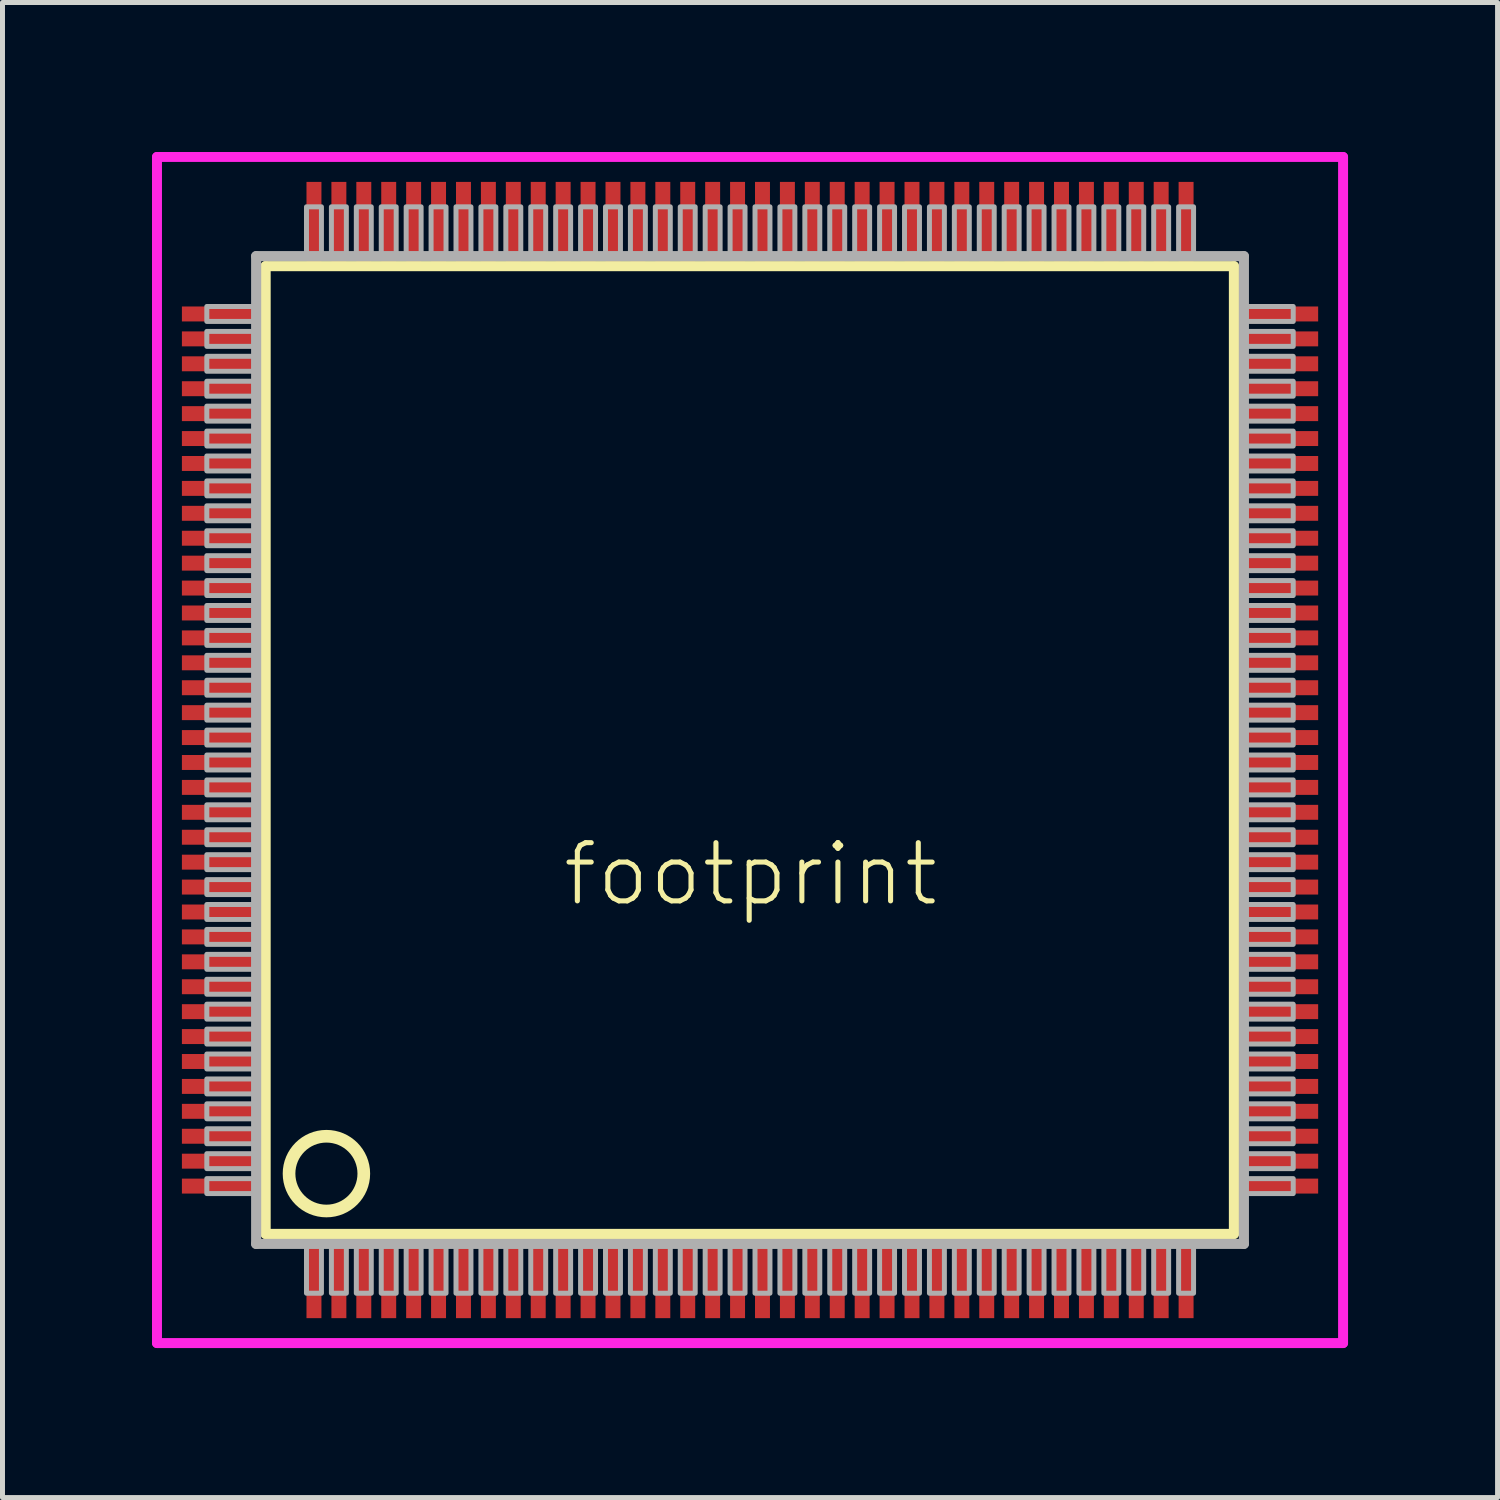
<source format=kicad_pcb>
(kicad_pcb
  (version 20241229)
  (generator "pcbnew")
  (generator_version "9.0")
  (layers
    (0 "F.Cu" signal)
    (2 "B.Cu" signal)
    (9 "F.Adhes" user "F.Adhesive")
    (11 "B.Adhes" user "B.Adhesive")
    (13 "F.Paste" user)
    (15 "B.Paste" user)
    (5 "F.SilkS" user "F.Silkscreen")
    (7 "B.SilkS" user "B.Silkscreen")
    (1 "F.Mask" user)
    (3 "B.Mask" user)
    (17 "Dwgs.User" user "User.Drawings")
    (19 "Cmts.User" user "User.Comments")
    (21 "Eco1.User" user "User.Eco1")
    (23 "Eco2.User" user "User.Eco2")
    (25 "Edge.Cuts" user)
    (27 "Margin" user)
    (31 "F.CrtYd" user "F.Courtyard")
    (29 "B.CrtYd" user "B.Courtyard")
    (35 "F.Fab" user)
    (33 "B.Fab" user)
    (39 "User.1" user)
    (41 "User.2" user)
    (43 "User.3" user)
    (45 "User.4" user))
  (footprint "footprint"
    (layer "F.Cu")
    (at 12 12)
    (property "Reference" "footprint" (at -3.81 3.175 0) (layer "F.SilkS") (effects (font (size 1.168 1.168) (thickness 0.102)) (justify left bottom)))
    (fp_line (start -9.72 -9.71) (end 9.71 -9.71) (stroke (width 0.203) (type solid)) (layer "F.SilkS"))
    (fp_line (start -9.72 9.71) (end -9.72 -9.71) (stroke (width 0.203) (type solid)) (layer "F.SilkS"))
    (fp_line (start 9.71 -9.71) (end 9.71 9.71) (stroke (width 0.203) (type solid)) (layer "F.SilkS"))
    (fp_line (start 9.71 9.71) (end -9.72 9.71) (stroke (width 0.203) (type solid)) (layer "F.SilkS"))
    (fp_circle (center -8.5 8.5) (end -7.75 8.5) (stroke (width 0.254) (type solid)) (fill no) (layer "F.SilkS"))
    (fp_line (start -11.9 -11.9) (end 11.9 -11.9) (stroke (width 0.2) (type solid)) (layer "F.CrtYd"))
    (fp_line (start -11.9 11.9) (end -11.9 -11.9) (stroke (width 0.2) (type solid)) (layer "F.CrtYd"))
    (fp_line (start 11.9 -11.9) (end 11.9 11.9) (stroke (width 0.2) (type solid)) (layer "F.CrtYd"))
    (fp_line (start 11.9 11.9) (end -11.9 11.9) (stroke (width 0.2) (type solid)) (layer "F.CrtYd"))
    (fp_line (start -9.91 -9.91) (end -9.91 9.91) (stroke (width 0.203) (type solid)) (layer "F.Fab"))
    (fp_line (start -9.91 9.91) (end 9.91 9.91) (stroke (width 0.203) (type solid)) (layer "F.Fab"))
    (fp_line (start 9.91 -9.91) (end -9.91 -9.91) (stroke (width 0.203) (type solid)) (layer "F.Fab"))
    (fp_line (start 9.91 9.91) (end 9.91 -9.91) (stroke (width 0.203) (type solid)) (layer "F.Fab"))
    (fp_poly (pts (xy -10.9 -8.6) (xy -9.95 -8.6) (xy -9.95 -8.9) (xy -10.9 -8.9)) (stroke (width 0.1) (type solid)) (fill no) (layer "F.Fab"))
    (fp_poly (pts (xy -10.9 -8.1) (xy -9.95 -8.1) (xy -9.95 -8.4) (xy -10.9 -8.4)) (stroke (width 0.1) (type solid)) (fill no) (layer "F.Fab"))
    (fp_poly (pts (xy -10.9 -7.6) (xy -9.95 -7.6) (xy -9.95 -7.9) (xy -10.9 -7.9)) (stroke (width 0.1) (type solid)) (fill no) (layer "F.Fab"))
    (fp_poly (pts (xy -10.9 -7.1) (xy -9.95 -7.1) (xy -9.95 -7.4) (xy -10.9 -7.4)) (stroke (width 0.1) (type solid)) (fill no) (layer "F.Fab"))
    (fp_poly (pts (xy -10.9 -6.6) (xy -9.95 -6.6) (xy -9.95 -6.9) (xy -10.9 -6.9)) (stroke (width 0.1) (type solid)) (fill no) (layer "F.Fab"))
    (fp_poly (pts (xy -10.9 -6.1) (xy -9.95 -6.1) (xy -9.95 -6.4) (xy -10.9 -6.4)) (stroke (width 0.1) (type solid)) (fill no) (layer "F.Fab"))
    (fp_poly (pts (xy -10.9 -5.6) (xy -9.95 -5.6) (xy -9.95 -5.9) (xy -10.9 -5.9)) (stroke (width 0.1) (type solid)) (fill no) (layer "F.Fab"))
    (fp_poly (pts (xy -10.9 -5.1) (xy -9.95 -5.1) (xy -9.95 -5.4) (xy -10.9 -5.4)) (stroke (width 0.1) (type solid)) (fill no) (layer "F.Fab"))
    (fp_poly (pts (xy -10.9 -4.6) (xy -9.95 -4.6) (xy -9.95 -4.9) (xy -10.9 -4.9)) (stroke (width 0.1) (type solid)) (fill no) (layer "F.Fab"))
    (fp_poly (pts (xy -10.9 -4.1) (xy -9.95 -4.1) (xy -9.95 -4.4) (xy -10.9 -4.4)) (stroke (width 0.1) (type solid)) (fill no) (layer "F.Fab"))
    (fp_poly (pts (xy -10.9 -3.6) (xy -9.95 -3.6) (xy -9.95 -3.9) (xy -10.9 -3.9)) (stroke (width 0.1) (type solid)) (fill no) (layer "F.Fab"))
    (fp_poly (pts (xy -10.9 -3.1) (xy -9.95 -3.1) (xy -9.95 -3.4) (xy -10.9 -3.4)) (stroke (width 0.1) (type solid)) (fill no) (layer "F.Fab"))
    (fp_poly (pts (xy -10.9 -2.6) (xy -9.95 -2.6) (xy -9.95 -2.9) (xy -10.9 -2.9)) (stroke (width 0.1) (type solid)) (fill no) (layer "F.Fab"))
    (fp_poly (pts (xy -10.9 -2.1) (xy -9.95 -2.1) (xy -9.95 -2.4) (xy -10.9 -2.4)) (stroke (width 0.1) (type solid)) (fill no) (layer "F.Fab"))
    (fp_poly (pts (xy -10.9 -1.6) (xy -9.95 -1.6) (xy -9.95 -1.9) (xy -10.9 -1.9)) (stroke (width 0.1) (type solid)) (fill no) (layer "F.Fab"))
    (fp_poly (pts (xy -10.9 -1.1) (xy -9.95 -1.1) (xy -9.95 -1.4) (xy -10.9 -1.4)) (stroke (width 0.1) (type solid)) (fill no) (layer "F.Fab"))
    (fp_poly (pts (xy -10.9 -0.6) (xy -9.95 -0.6) (xy -9.95 -0.9) (xy -10.9 -0.9)) (stroke (width 0.1) (type solid)) (fill no) (layer "F.Fab"))
    (fp_poly (pts (xy -10.9 -0.1) (xy -9.95 -0.1) (xy -9.95 -0.4) (xy -10.9 -0.4)) (stroke (width 0.1) (type solid)) (fill no) (layer "F.Fab"))
    (fp_poly (pts (xy -10.9 0.4) (xy -9.95 0.4) (xy -9.95 0.1) (xy -10.9 0.1)) (stroke (width 0.1) (type solid)) (fill no) (layer "F.Fab"))
    (fp_poly (pts (xy -10.9 0.9) (xy -9.95 0.9) (xy -9.95 0.6) (xy -10.9 0.6)) (stroke (width 0.1) (type solid)) (fill no) (layer "F.Fab"))
    (fp_poly (pts (xy -10.9 1.4) (xy -9.95 1.4) (xy -9.95 1.1) (xy -10.9 1.1)) (stroke (width 0.1) (type solid)) (fill no) (layer "F.Fab"))
    (fp_poly (pts (xy -10.9 1.9) (xy -9.95 1.9) (xy -9.95 1.6) (xy -10.9 1.6)) (stroke (width 0.1) (type solid)) (fill no) (layer "F.Fab"))
    (fp_poly (pts (xy -10.9 2.4) (xy -9.95 2.4) (xy -9.95 2.1) (xy -10.9 2.1)) (stroke (width 0.1) (type solid)) (fill no) (layer "F.Fab"))
    (fp_poly (pts (xy -10.9 2.9) (xy -9.95 2.9) (xy -9.95 2.6) (xy -10.9 2.6)) (stroke (width 0.1) (type solid)) (fill no) (layer "F.Fab"))
    (fp_poly (pts (xy -10.9 3.4) (xy -9.95 3.4) (xy -9.95 3.1) (xy -10.9 3.1)) (stroke (width 0.1) (type solid)) (fill no) (layer "F.Fab"))
    (fp_poly (pts (xy -10.9 3.9) (xy -9.95 3.9) (xy -9.95 3.6) (xy -10.9 3.6)) (stroke (width 0.1) (type solid)) (fill no) (layer "F.Fab"))
    (fp_poly (pts (xy -10.9 4.4) (xy -9.95 4.4) (xy -9.95 4.1) (xy -10.9 4.1)) (stroke (width 0.1) (type solid)) (fill no) (layer "F.Fab"))
    (fp_poly (pts (xy -10.9 4.9) (xy -9.95 4.9) (xy -9.95 4.6) (xy -10.9 4.6)) (stroke (width 0.1) (type solid)) (fill no) (layer "F.Fab"))
    (fp_poly (pts (xy -10.9 5.4) (xy -9.95 5.4) (xy -9.95 5.1) (xy -10.9 5.1)) (stroke (width 0.1) (type solid)) (fill no) (layer "F.Fab"))
    (fp_poly (pts (xy -10.9 5.9) (xy -9.95 5.9) (xy -9.95 5.6) (xy -10.9 5.6)) (stroke (width 0.1) (type solid)) (fill no) (layer "F.Fab"))
    (fp_poly (pts (xy -10.9 6.4) (xy -9.95 6.4) (xy -9.95 6.1) (xy -10.9 6.1)) (stroke (width 0.1) (type solid)) (fill no) (layer "F.Fab"))
    (fp_poly (pts (xy -10.9 6.9) (xy -9.95 6.9) (xy -9.95 6.6) (xy -10.9 6.6)) (stroke (width 0.1) (type solid)) (fill no) (layer "F.Fab"))
    (fp_poly (pts (xy -10.9 7.4) (xy -9.95 7.4) (xy -9.95 7.1) (xy -10.9 7.1)) (stroke (width 0.1) (type solid)) (fill no) (layer "F.Fab"))
    (fp_poly (pts (xy -10.9 7.9) (xy -9.95 7.9) (xy -9.95 7.6) (xy -10.9 7.6)) (stroke (width 0.1) (type solid)) (fill no) (layer "F.Fab"))
    (fp_poly (pts (xy -10.9 8.4) (xy -9.95 8.4) (xy -9.95 8.1) (xy -10.9 8.1)) (stroke (width 0.1) (type solid)) (fill no) (layer "F.Fab"))
    (fp_poly (pts (xy -10.9 8.9) (xy -9.95 8.9) (xy -9.95 8.6) (xy -10.9 8.6)) (stroke (width 0.1) (type solid)) (fill no) (layer "F.Fab"))
    (fp_poly (pts (xy -8.9 -9.95) (xy -8.6 -9.95) (xy -8.6 -10.9) (xy -8.9 -10.9)) (stroke (width 0.1) (type solid)) (fill no) (layer "F.Fab"))
    (fp_poly (pts (xy -8.9 10.9) (xy -8.6 10.9) (xy -8.6 9.95) (xy -8.9 9.95)) (stroke (width 0.1) (type solid)) (fill no) (layer "F.Fab"))
    (fp_poly (pts (xy -8.4 -9.95) (xy -8.1 -9.95) (xy -8.1 -10.9) (xy -8.4 -10.9)) (stroke (width 0.1) (type solid)) (fill no) (layer "F.Fab"))
    (fp_poly (pts (xy -8.4 10.9) (xy -8.1 10.9) (xy -8.1 9.95) (xy -8.4 9.95)) (stroke (width 0.1) (type solid)) (fill no) (layer "F.Fab"))
    (fp_poly (pts (xy -7.9 -9.95) (xy -7.6 -9.95) (xy -7.6 -10.9) (xy -7.9 -10.9)) (stroke (width 0.1) (type solid)) (fill no) (layer "F.Fab"))
    (fp_poly (pts (xy -7.9 10.9) (xy -7.6 10.9) (xy -7.6 9.95) (xy -7.9 9.95)) (stroke (width 0.1) (type solid)) (fill no) (layer "F.Fab"))
    (fp_poly (pts (xy -7.4 -9.95) (xy -7.1 -9.95) (xy -7.1 -10.9) (xy -7.4 -10.9)) (stroke (width 0.1) (type solid)) (fill no) (layer "F.Fab"))
    (fp_poly (pts (xy -7.4 10.9) (xy -7.1 10.9) (xy -7.1 9.95) (xy -7.4 9.95)) (stroke (width 0.1) (type solid)) (fill no) (layer "F.Fab"))
    (fp_poly (pts (xy -6.9 -9.95) (xy -6.6 -9.95) (xy -6.6 -10.9) (xy -6.9 -10.9)) (stroke (width 0.1) (type solid)) (fill no) (layer "F.Fab"))
    (fp_poly (pts (xy -6.9 10.9) (xy -6.6 10.9) (xy -6.6 9.95) (xy -6.9 9.95)) (stroke (width 0.1) (type solid)) (fill no) (layer "F.Fab"))
    (fp_poly (pts (xy -6.4 -9.95) (xy -6.1 -9.95) (xy -6.1 -10.9) (xy -6.4 -10.9)) (stroke (width 0.1) (type solid)) (fill no) (layer "F.Fab"))
    (fp_poly (pts (xy -6.4 10.9) (xy -6.1 10.9) (xy -6.1 9.95) (xy -6.4 9.95)) (stroke (width 0.1) (type solid)) (fill no) (layer "F.Fab"))
    (fp_poly (pts (xy -5.9 -9.95) (xy -5.6 -9.95) (xy -5.6 -10.9) (xy -5.9 -10.9)) (stroke (width 0.1) (type solid)) (fill no) (layer "F.Fab"))
    (fp_poly (pts (xy -5.9 10.9) (xy -5.6 10.9) (xy -5.6 9.95) (xy -5.9 9.95)) (stroke (width 0.1) (type solid)) (fill no) (layer "F.Fab"))
    (fp_poly (pts (xy -5.4 -9.95) (xy -5.1 -9.95) (xy -5.1 -10.9) (xy -5.4 -10.9)) (stroke (width 0.1) (type solid)) (fill no) (layer "F.Fab"))
    (fp_poly (pts (xy -5.4 10.9) (xy -5.1 10.9) (xy -5.1 9.95) (xy -5.4 9.95)) (stroke (width 0.1) (type solid)) (fill no) (layer "F.Fab"))
    (fp_poly (pts (xy -4.9 -9.95) (xy -4.6 -9.95) (xy -4.6 -10.9) (xy -4.9 -10.9)) (stroke (width 0.1) (type solid)) (fill no) (layer "F.Fab"))
    (fp_poly (pts (xy -4.9 10.9) (xy -4.6 10.9) (xy -4.6 9.95) (xy -4.9 9.95)) (stroke (width 0.1) (type solid)) (fill no) (layer "F.Fab"))
    (fp_poly (pts (xy -4.4 -9.95) (xy -4.1 -9.95) (xy -4.1 -10.9) (xy -4.4 -10.9)) (stroke (width 0.1) (type solid)) (fill no) (layer "F.Fab"))
    (fp_poly (pts (xy -4.4 10.9) (xy -4.1 10.9) (xy -4.1 9.95) (xy -4.4 9.95)) (stroke (width 0.1) (type solid)) (fill no) (layer "F.Fab"))
    (fp_poly (pts (xy -3.9 -9.95) (xy -3.6 -9.95) (xy -3.6 -10.9) (xy -3.9 -10.9)) (stroke (width 0.1) (type solid)) (fill no) (layer "F.Fab"))
    (fp_poly (pts (xy -3.9 10.9) (xy -3.6 10.9) (xy -3.6 9.95) (xy -3.9 9.95)) (stroke (width 0.1) (type solid)) (fill no) (layer "F.Fab"))
    (fp_poly (pts (xy -3.4 -9.95) (xy -3.1 -9.95) (xy -3.1 -10.9) (xy -3.4 -10.9)) (stroke (width 0.1) (type solid)) (fill no) (layer "F.Fab"))
    (fp_poly (pts (xy -3.4 10.9) (xy -3.1 10.9) (xy -3.1 9.95) (xy -3.4 9.95)) (stroke (width 0.1) (type solid)) (fill no) (layer "F.Fab"))
    (fp_poly (pts (xy -2.9 -9.95) (xy -2.6 -9.95) (xy -2.6 -10.9) (xy -2.9 -10.9)) (stroke (width 0.1) (type solid)) (fill no) (layer "F.Fab"))
    (fp_poly (pts (xy -2.9 10.9) (xy -2.6 10.9) (xy -2.6 9.95) (xy -2.9 9.95)) (stroke (width 0.1) (type solid)) (fill no) (layer "F.Fab"))
    (fp_poly (pts (xy -2.4 -9.95) (xy -2.1 -9.95) (xy -2.1 -10.9) (xy -2.4 -10.9)) (stroke (width 0.1) (type solid)) (fill no) (layer "F.Fab"))
    (fp_poly (pts (xy -2.4 10.9) (xy -2.1 10.9) (xy -2.1 9.95) (xy -2.4 9.95)) (stroke (width 0.1) (type solid)) (fill no) (layer "F.Fab"))
    (fp_poly (pts (xy -1.9 -9.95) (xy -1.6 -9.95) (xy -1.6 -10.9) (xy -1.9 -10.9)) (stroke (width 0.1) (type solid)) (fill no) (layer "F.Fab"))
    (fp_poly (pts (xy -1.9 10.9) (xy -1.6 10.9) (xy -1.6 9.95) (xy -1.9 9.95)) (stroke (width 0.1) (type solid)) (fill no) (layer "F.Fab"))
    (fp_poly (pts (xy -1.4 -9.95) (xy -1.1 -9.95) (xy -1.1 -10.9) (xy -1.4 -10.9)) (stroke (width 0.1) (type solid)) (fill no) (layer "F.Fab"))
    (fp_poly (pts (xy -1.4 10.9) (xy -1.1 10.9) (xy -1.1 9.95) (xy -1.4 9.95)) (stroke (width 0.1) (type solid)) (fill no) (layer "F.Fab"))
    (fp_poly (pts (xy -0.9 -9.95) (xy -0.6 -9.95) (xy -0.6 -10.9) (xy -0.9 -10.9)) (stroke (width 0.1) (type solid)) (fill no) (layer "F.Fab"))
    (fp_poly (pts (xy -0.9 10.9) (xy -0.6 10.9) (xy -0.6 9.95) (xy -0.9 9.95)) (stroke (width 0.1) (type solid)) (fill no) (layer "F.Fab"))
    (fp_poly (pts (xy -0.4 -9.95) (xy -0.1 -9.95) (xy -0.1 -10.9) (xy -0.4 -10.9)) (stroke (width 0.1) (type solid)) (fill no) (layer "F.Fab"))
    (fp_poly (pts (xy -0.4 10.9) (xy -0.1 10.9) (xy -0.1 9.95) (xy -0.4 9.95)) (stroke (width 0.1) (type solid)) (fill no) (layer "F.Fab"))
    (fp_poly (pts (xy 0.1 -9.95) (xy 0.4 -9.95) (xy 0.4 -10.9) (xy 0.1 -10.9)) (stroke (width 0.1) (type solid)) (fill no) (layer "F.Fab"))
    (fp_poly (pts (xy 0.1 10.9) (xy 0.4 10.9) (xy 0.4 9.95) (xy 0.1 9.95)) (stroke (width 0.1) (type solid)) (fill no) (layer "F.Fab"))
    (fp_poly (pts (xy 0.6 -9.95) (xy 0.9 -9.95) (xy 0.9 -10.9) (xy 0.6 -10.9)) (stroke (width 0.1) (type solid)) (fill no) (layer "F.Fab"))
    (fp_poly (pts (xy 0.6 10.9) (xy 0.9 10.9) (xy 0.9 9.95) (xy 0.6 9.95)) (stroke (width 0.1) (type solid)) (fill no) (layer "F.Fab"))
    (fp_poly (pts (xy 1.1 -9.95) (xy 1.4 -9.95) (xy 1.4 -10.9) (xy 1.1 -10.9)) (stroke (width 0.1) (type solid)) (fill no) (layer "F.Fab"))
    (fp_poly (pts (xy 1.1 10.9) (xy 1.4 10.9) (xy 1.4 9.95) (xy 1.1 9.95)) (stroke (width 0.1) (type solid)) (fill no) (layer "F.Fab"))
    (fp_poly (pts (xy 1.6 -9.95) (xy 1.9 -9.95) (xy 1.9 -10.9) (xy 1.6 -10.9)) (stroke (width 0.1) (type solid)) (fill no) (layer "F.Fab"))
    (fp_poly (pts (xy 1.6 10.9) (xy 1.9 10.9) (xy 1.9 9.95) (xy 1.6 9.95)) (stroke (width 0.1) (type solid)) (fill no) (layer "F.Fab"))
    (fp_poly (pts (xy 2.1 -9.95) (xy 2.4 -9.95) (xy 2.4 -10.9) (xy 2.1 -10.9)) (stroke (width 0.1) (type solid)) (fill no) (layer "F.Fab"))
    (fp_poly (pts (xy 2.1 10.9) (xy 2.4 10.9) (xy 2.4 9.95) (xy 2.1 9.95)) (stroke (width 0.1) (type solid)) (fill no) (layer "F.Fab"))
    (fp_poly (pts (xy 2.6 -9.95) (xy 2.9 -9.95) (xy 2.9 -10.9) (xy 2.6 -10.9)) (stroke (width 0.1) (type solid)) (fill no) (layer "F.Fab"))
    (fp_poly (pts (xy 2.6 10.9) (xy 2.9 10.9) (xy 2.9 9.95) (xy 2.6 9.95)) (stroke (width 0.1) (type solid)) (fill no) (layer "F.Fab"))
    (fp_poly (pts (xy 3.1 -9.95) (xy 3.4 -9.95) (xy 3.4 -10.9) (xy 3.1 -10.9)) (stroke (width 0.1) (type solid)) (fill no) (layer "F.Fab"))
    (fp_poly (pts (xy 3.1 10.9) (xy 3.4 10.9) (xy 3.4 9.95) (xy 3.1 9.95)) (stroke (width 0.1) (type solid)) (fill no) (layer "F.Fab"))
    (fp_poly (pts (xy 3.6 -9.95) (xy 3.9 -9.95) (xy 3.9 -10.9) (xy 3.6 -10.9)) (stroke (width 0.1) (type solid)) (fill no) (layer "F.Fab"))
    (fp_poly (pts (xy 3.6 10.9) (xy 3.9 10.9) (xy 3.9 9.95) (xy 3.6 9.95)) (stroke (width 0.1) (type solid)) (fill no) (layer "F.Fab"))
    (fp_poly (pts (xy 4.1 -9.95) (xy 4.4 -9.95) (xy 4.4 -10.9) (xy 4.1 -10.9)) (stroke (width 0.1) (type solid)) (fill no) (layer "F.Fab"))
    (fp_poly (pts (xy 4.1 10.9) (xy 4.4 10.9) (xy 4.4 9.95) (xy 4.1 9.95)) (stroke (width 0.1) (type solid)) (fill no) (layer "F.Fab"))
    (fp_poly (pts (xy 4.6 -9.95) (xy 4.9 -9.95) (xy 4.9 -10.9) (xy 4.6 -10.9)) (stroke (width 0.1) (type solid)) (fill no) (layer "F.Fab"))
    (fp_poly (pts (xy 4.6 10.9) (xy 4.9 10.9) (xy 4.9 9.95) (xy 4.6 9.95)) (stroke (width 0.1) (type solid)) (fill no) (layer "F.Fab"))
    (fp_poly (pts (xy 5.1 -9.95) (xy 5.4 -9.95) (xy 5.4 -10.9) (xy 5.1 -10.9)) (stroke (width 0.1) (type solid)) (fill no) (layer "F.Fab"))
    (fp_poly (pts (xy 5.1 10.9) (xy 5.4 10.9) (xy 5.4 9.95) (xy 5.1 9.95)) (stroke (width 0.1) (type solid)) (fill no) (layer "F.Fab"))
    (fp_poly (pts (xy 5.6 -9.95) (xy 5.9 -9.95) (xy 5.9 -10.9) (xy 5.6 -10.9)) (stroke (width 0.1) (type solid)) (fill no) (layer "F.Fab"))
    (fp_poly (pts (xy 5.6 10.9) (xy 5.9 10.9) (xy 5.9 9.95) (xy 5.6 9.95)) (stroke (width 0.1) (type solid)) (fill no) (layer "F.Fab"))
    (fp_poly (pts (xy 6.1 -9.95) (xy 6.4 -9.95) (xy 6.4 -10.9) (xy 6.1 -10.9)) (stroke (width 0.1) (type solid)) (fill no) (layer "F.Fab"))
    (fp_poly (pts (xy 6.1 10.9) (xy 6.4 10.9) (xy 6.4 9.95) (xy 6.1 9.95)) (stroke (width 0.1) (type solid)) (fill no) (layer "F.Fab"))
    (fp_poly (pts (xy 6.6 -9.95) (xy 6.9 -9.95) (xy 6.9 -10.9) (xy 6.6 -10.9)) (stroke (width 0.1) (type solid)) (fill no) (layer "F.Fab"))
    (fp_poly (pts (xy 6.6 10.9) (xy 6.9 10.9) (xy 6.9 9.95) (xy 6.6 9.95)) (stroke (width 0.1) (type solid)) (fill no) (layer "F.Fab"))
    (fp_poly (pts (xy 7.1 -9.95) (xy 7.4 -9.95) (xy 7.4 -10.9) (xy 7.1 -10.9)) (stroke (width 0.1) (type solid)) (fill no) (layer "F.Fab"))
    (fp_poly (pts (xy 7.1 10.9) (xy 7.4 10.9) (xy 7.4 9.95) (xy 7.1 9.95)) (stroke (width 0.1) (type solid)) (fill no) (layer "F.Fab"))
    (fp_poly (pts (xy 7.6 -9.95) (xy 7.9 -9.95) (xy 7.9 -10.9) (xy 7.6 -10.9)) (stroke (width 0.1) (type solid)) (fill no) (layer "F.Fab"))
    (fp_poly (pts (xy 7.6 10.9) (xy 7.9 10.9) (xy 7.9 9.95) (xy 7.6 9.95)) (stroke (width 0.1) (type solid)) (fill no) (layer "F.Fab"))
    (fp_poly (pts (xy 8.1 -9.95) (xy 8.4 -9.95) (xy 8.4 -10.9) (xy 8.1 -10.9)) (stroke (width 0.1) (type solid)) (fill no) (layer "F.Fab"))
    (fp_poly (pts (xy 8.1 10.9) (xy 8.4 10.9) (xy 8.4 9.95) (xy 8.1 9.95)) (stroke (width 0.1) (type solid)) (fill no) (layer "F.Fab"))
    (fp_poly (pts (xy 8.6 -9.95) (xy 8.9 -9.95) (xy 8.9 -10.9) (xy 8.6 -10.9)) (stroke (width 0.1) (type solid)) (fill no) (layer "F.Fab"))
    (fp_poly (pts (xy 8.6 10.9) (xy 8.9 10.9) (xy 8.9 9.95) (xy 8.6 9.95)) (stroke (width 0.1) (type solid)) (fill no) (layer "F.Fab"))
    (fp_poly (pts (xy 9.95 -8.6) (xy 10.9 -8.6) (xy 10.9 -8.9) (xy 9.95 -8.9)) (stroke (width 0.1) (type solid)) (fill no) (layer "F.Fab"))
    (fp_poly (pts (xy 9.95 -8.1) (xy 10.9 -8.1) (xy 10.9 -8.4) (xy 9.95 -8.4)) (stroke (width 0.1) (type solid)) (fill no) (layer "F.Fab"))
    (fp_poly (pts (xy 9.95 -7.6) (xy 10.9 -7.6) (xy 10.9 -7.9) (xy 9.95 -7.9)) (stroke (width 0.1) (type solid)) (fill no) (layer "F.Fab"))
    (fp_poly (pts (xy 9.95 -7.1) (xy 10.9 -7.1) (xy 10.9 -7.4) (xy 9.95 -7.4)) (stroke (width 0.1) (type solid)) (fill no) (layer "F.Fab"))
    (fp_poly (pts (xy 9.95 -6.6) (xy 10.9 -6.6) (xy 10.9 -6.9) (xy 9.95 -6.9)) (stroke (width 0.1) (type solid)) (fill no) (layer "F.Fab"))
    (fp_poly (pts (xy 9.95 -6.1) (xy 10.9 -6.1) (xy 10.9 -6.4) (xy 9.95 -6.4)) (stroke (width 0.1) (type solid)) (fill no) (layer "F.Fab"))
    (fp_poly (pts (xy 9.95 -5.6) (xy 10.9 -5.6) (xy 10.9 -5.9) (xy 9.95 -5.9)) (stroke (width 0.1) (type solid)) (fill no) (layer "F.Fab"))
    (fp_poly (pts (xy 9.95 -5.1) (xy 10.9 -5.1) (xy 10.9 -5.4) (xy 9.95 -5.4)) (stroke (width 0.1) (type solid)) (fill no) (layer "F.Fab"))
    (fp_poly (pts (xy 9.95 -4.6) (xy 10.9 -4.6) (xy 10.9 -4.9) (xy 9.95 -4.9)) (stroke (width 0.1) (type solid)) (fill no) (layer "F.Fab"))
    (fp_poly (pts (xy 9.95 -4.1) (xy 10.9 -4.1) (xy 10.9 -4.4) (xy 9.95 -4.4)) (stroke (width 0.1) (type solid)) (fill no) (layer "F.Fab"))
    (fp_poly (pts (xy 9.95 -3.6) (xy 10.9 -3.6) (xy 10.9 -3.9) (xy 9.95 -3.9)) (stroke (width 0.1) (type solid)) (fill no) (layer "F.Fab"))
    (fp_poly (pts (xy 9.95 -3.1) (xy 10.9 -3.1) (xy 10.9 -3.4) (xy 9.95 -3.4)) (stroke (width 0.1) (type solid)) (fill no) (layer "F.Fab"))
    (fp_poly (pts (xy 9.95 -2.6) (xy 10.9 -2.6) (xy 10.9 -2.9) (xy 9.95 -2.9)) (stroke (width 0.1) (type solid)) (fill no) (layer "F.Fab"))
    (fp_poly (pts (xy 9.95 -2.1) (xy 10.9 -2.1) (xy 10.9 -2.4) (xy 9.95 -2.4)) (stroke (width 0.1) (type solid)) (fill no) (layer "F.Fab"))
    (fp_poly (pts (xy 9.95 -1.6) (xy 10.9 -1.6) (xy 10.9 -1.9) (xy 9.95 -1.9)) (stroke (width 0.1) (type solid)) (fill no) (layer "F.Fab"))
    (fp_poly (pts (xy 9.95 -1.1) (xy 10.9 -1.1) (xy 10.9 -1.4) (xy 9.95 -1.4)) (stroke (width 0.1) (type solid)) (fill no) (layer "F.Fab"))
    (fp_poly (pts (xy 9.95 -0.6) (xy 10.9 -0.6) (xy 10.9 -0.9) (xy 9.95 -0.9)) (stroke (width 0.1) (type solid)) (fill no) (layer "F.Fab"))
    (fp_poly (pts (xy 9.95 -0.1) (xy 10.9 -0.1) (xy 10.9 -0.4) (xy 9.95 -0.4)) (stroke (width 0.1) (type solid)) (fill no) (layer "F.Fab"))
    (fp_poly (pts (xy 9.95 0.4) (xy 10.9 0.4) (xy 10.9 0.1) (xy 9.95 0.1)) (stroke (width 0.1) (type solid)) (fill no) (layer "F.Fab"))
    (fp_poly (pts (xy 9.95 0.9) (xy 10.9 0.9) (xy 10.9 0.6) (xy 9.95 0.6)) (stroke (width 0.1) (type solid)) (fill no) (layer "F.Fab"))
    (fp_poly (pts (xy 9.95 1.4) (xy 10.9 1.4) (xy 10.9 1.1) (xy 9.95 1.1)) (stroke (width 0.1) (type solid)) (fill no) (layer "F.Fab"))
    (fp_poly (pts (xy 9.95 1.9) (xy 10.9 1.9) (xy 10.9 1.6) (xy 9.95 1.6)) (stroke (width 0.1) (type solid)) (fill no) (layer "F.Fab"))
    (fp_poly (pts (xy 9.95 2.4) (xy 10.9 2.4) (xy 10.9 2.1) (xy 9.95 2.1)) (stroke (width 0.1) (type solid)) (fill no) (layer "F.Fab"))
    (fp_poly (pts (xy 9.95 2.9) (xy 10.9 2.9) (xy 10.9 2.6) (xy 9.95 2.6)) (stroke (width 0.1) (type solid)) (fill no) (layer "F.Fab"))
    (fp_poly (pts (xy 9.95 3.4) (xy 10.9 3.4) (xy 10.9 3.1) (xy 9.95 3.1)) (stroke (width 0.1) (type solid)) (fill no) (layer "F.Fab"))
    (fp_poly (pts (xy 9.95 3.9) (xy 10.9 3.9) (xy 10.9 3.6) (xy 9.95 3.6)) (stroke (width 0.1) (type solid)) (fill no) (layer "F.Fab"))
    (fp_poly (pts (xy 9.95 4.4) (xy 10.9 4.4) (xy 10.9 4.1) (xy 9.95 4.1)) (stroke (width 0.1) (type solid)) (fill no) (layer "F.Fab"))
    (fp_poly (pts (xy 9.95 4.9) (xy 10.9 4.9) (xy 10.9 4.6) (xy 9.95 4.6)) (stroke (width 0.1) (type solid)) (fill no) (layer "F.Fab"))
    (fp_poly (pts (xy 9.95 5.4) (xy 10.9 5.4) (xy 10.9 5.1) (xy 9.95 5.1)) (stroke (width 0.1) (type solid)) (fill no) (layer "F.Fab"))
    (fp_poly (pts (xy 9.95 5.9) (xy 10.9 5.9) (xy 10.9 5.6) (xy 9.95 5.6)) (stroke (width 0.1) (type solid)) (fill no) (layer "F.Fab"))
    (fp_poly (pts (xy 9.95 6.4) (xy 10.9 6.4) (xy 10.9 6.1) (xy 9.95 6.1)) (stroke (width 0.1) (type solid)) (fill no) (layer "F.Fab"))
    (fp_poly (pts (xy 9.95 6.9) (xy 10.9 6.9) (xy 10.9 6.6) (xy 9.95 6.6)) (stroke (width 0.1) (type solid)) (fill no) (layer "F.Fab"))
    (fp_poly (pts (xy 9.95 7.4) (xy 10.9 7.4) (xy 10.9 7.1) (xy 9.95 7.1)) (stroke (width 0.1) (type solid)) (fill no) (layer "F.Fab"))
    (fp_poly (pts (xy 9.95 7.9) (xy 10.9 7.9) (xy 10.9 7.6) (xy 9.95 7.6)) (stroke (width 0.1) (type solid)) (fill no) (layer "F.Fab"))
    (fp_poly (pts (xy 9.95 8.4) (xy 10.9 8.4) (xy 10.9 8.1) (xy 9.95 8.1)) (stroke (width 0.1) (type solid)) (fill no) (layer "F.Fab"))
    (fp_poly (pts (xy 9.95 8.9) (xy 10.9 8.9) (xy 10.9 8.6) (xy 9.95 8.6)) (stroke (width 0.1) (type solid)) (fill no) (layer "F.Fab"))
    (pad "1" smd rect (at -8.75 10.6) (size 0.3 1.6) (layers "F.Cu" "F.Mask" "F.Paste"))
    (pad "2" smd rect (at -8.25 10.6) (size 0.3 1.6) (layers "F.Cu" "F.Mask" "F.Paste"))
    (pad "3" smd rect (at -7.75 10.6) (size 0.3 1.6) (layers "F.Cu" "F.Mask" "F.Paste"))
    (pad "4" smd rect (at -7.25 10.6) (size 0.3 1.6) (layers "F.Cu" "F.Mask" "F.Paste"))
    (pad "5" smd rect (at -6.75 10.6) (size 0.3 1.6) (layers "F.Cu" "F.Mask" "F.Paste"))
    (pad "6" smd rect (at -6.25 10.6) (size 0.3 1.6) (layers "F.Cu" "F.Mask" "F.Paste"))
    (pad "7" smd rect (at -5.75 10.6) (size 0.3 1.6) (layers "F.Cu" "F.Mask" "F.Paste"))
    (pad "8" smd rect (at -5.25 10.6) (size 0.3 1.6) (layers "F.Cu" "F.Mask" "F.Paste"))
    (pad "9" smd rect (at -4.75 10.6) (size 0.3 1.6) (layers "F.Cu" "F.Mask" "F.Paste"))
    (pad "10" smd rect (at -4.25 10.6) (size 0.3 1.6) (layers "F.Cu" "F.Mask" "F.Paste"))
    (pad "11" smd rect (at -3.75 10.6) (size 0.3 1.6) (layers "F.Cu" "F.Mask" "F.Paste"))
    (pad "12" smd rect (at -3.25 10.6) (size 0.3 1.6) (layers "F.Cu" "F.Mask" "F.Paste"))
    (pad "13" smd rect (at -2.75 10.6) (size 0.3 1.6) (layers "F.Cu" "F.Mask" "F.Paste"))
    (pad "14" smd rect (at -2.25 10.6) (size 0.3 1.6) (layers "F.Cu" "F.Mask" "F.Paste"))
    (pad "15" smd rect (at -1.75 10.6) (size 0.3 1.6) (layers "F.Cu" "F.Mask" "F.Paste"))
    (pad "16" smd rect (at -1.25 10.6) (size 0.3 1.6) (layers "F.Cu" "F.Mask" "F.Paste"))
    (pad "17" smd rect (at -0.75 10.6) (size 0.3 1.6) (layers "F.Cu" "F.Mask" "F.Paste"))
    (pad "18" smd rect (at -0.25 10.6) (size 0.3 1.6) (layers "F.Cu" "F.Mask" "F.Paste"))
    (pad "19" smd rect (at 0.25 10.6) (size 0.3 1.6) (layers "F.Cu" "F.Mask" "F.Paste"))
    (pad "20" smd rect (at 0.75 10.6) (size 0.3 1.6) (layers "F.Cu" "F.Mask" "F.Paste"))
    (pad "21" smd rect (at 1.25 10.6) (size 0.3 1.6) (layers "F.Cu" "F.Mask" "F.Paste"))
    (pad "22" smd rect (at 1.75 10.6) (size 0.3 1.6) (layers "F.Cu" "F.Mask" "F.Paste"))
    (pad "23" smd rect (at 2.25 10.6) (size 0.3 1.6) (layers "F.Cu" "F.Mask" "F.Paste"))
    (pad "24" smd rect (at 2.75 10.6) (size 0.3 1.6) (layers "F.Cu" "F.Mask" "F.Paste"))
    (pad "25" smd rect (at 3.25 10.6) (size 0.3 1.6) (layers "F.Cu" "F.Mask" "F.Paste"))
    (pad "26" smd rect (at 3.75 10.6) (size 0.3 1.6) (layers "F.Cu" "F.Mask" "F.Paste"))
    (pad "27" smd rect (at 4.25 10.6) (size 0.3 1.6) (layers "F.Cu" "F.Mask" "F.Paste"))
    (pad "28" smd rect (at 4.75 10.6) (size 0.3 1.6) (layers "F.Cu" "F.Mask" "F.Paste"))
    (pad "29" smd rect (at 5.25 10.6) (size 0.3 1.6) (layers "F.Cu" "F.Mask" "F.Paste"))
    (pad "30" smd rect (at 5.75 10.6) (size 0.3 1.6) (layers "F.Cu" "F.Mask" "F.Paste"))
    (pad "31" smd rect (at 6.25 10.6) (size 0.3 1.6) (layers "F.Cu" "F.Mask" "F.Paste"))
    (pad "32" smd rect (at 6.75 10.6) (size 0.3 1.6) (layers "F.Cu" "F.Mask" "F.Paste"))
    (pad "33" smd rect (at 7.25 10.6) (size 0.3 1.6) (layers "F.Cu" "F.Mask" "F.Paste"))
    (pad "34" smd rect (at 7.75 10.6) (size 0.3 1.6) (layers "F.Cu" "F.Mask" "F.Paste"))
    (pad "35" smd rect (at 8.25 10.6) (size 0.3 1.6) (layers "F.Cu" "F.Mask" "F.Paste"))
    (pad "36" smd rect (at 8.75 10.6) (size 0.3 1.6) (layers "F.Cu" "F.Mask" "F.Paste"))
    (pad "37" smd rect (at 10.6 8.75) (size 1.6 0.3) (layers "F.Cu" "F.Mask" "F.Paste"))
    (pad "38" smd rect (at 10.6 8.25) (size 1.6 0.3) (layers "F.Cu" "F.Mask" "F.Paste"))
    (pad "39" smd rect (at 10.6 7.75) (size 1.6 0.3) (layers "F.Cu" "F.Mask" "F.Paste"))
    (pad "40" smd rect (at 10.6 7.25) (size 1.6 0.3) (layers "F.Cu" "F.Mask" "F.Paste"))
    (pad "41" smd rect (at 10.6 6.75) (size 1.6 0.3) (layers "F.Cu" "F.Mask" "F.Paste"))
    (pad "42" smd rect (at 10.6 6.25) (size 1.6 0.3) (layers "F.Cu" "F.Mask" "F.Paste"))
    (pad "43" smd rect (at 10.6 5.75) (size 1.6 0.3) (layers "F.Cu" "F.Mask" "F.Paste"))
    (pad "44" smd rect (at 10.6 5.25) (size 1.6 0.3) (layers "F.Cu" "F.Mask" "F.Paste"))
    (pad "45" smd rect (at 10.6 4.75) (size 1.6 0.3) (layers "F.Cu" "F.Mask" "F.Paste"))
    (pad "46" smd rect (at 10.6 4.25) (size 1.6 0.3) (layers "F.Cu" "F.Mask" "F.Paste"))
    (pad "47" smd rect (at 10.6 3.75) (size 1.6 0.3) (layers "F.Cu" "F.Mask" "F.Paste"))
    (pad "48" smd rect (at 10.6 3.25) (size 1.6 0.3) (layers "F.Cu" "F.Mask" "F.Paste"))
    (pad "49" smd rect (at 10.6 2.75) (size 1.6 0.3) (layers "F.Cu" "F.Mask" "F.Paste"))
    (pad "50" smd rect (at 10.6 2.25) (size 1.6 0.3) (layers "F.Cu" "F.Mask" "F.Paste"))
    (pad "51" smd rect (at 10.6 1.75) (size 1.6 0.3) (layers "F.Cu" "F.Mask" "F.Paste"))
    (pad "52" smd rect (at 10.6 1.25) (size 1.6 0.3) (layers "F.Cu" "F.Mask" "F.Paste"))
    (pad "53" smd rect (at 10.6 0.75) (size 1.6 0.3) (layers "F.Cu" "F.Mask" "F.Paste"))
    (pad "54" smd rect (at 10.6 0.25) (size 1.6 0.3) (layers "F.Cu" "F.Mask" "F.Paste"))
    (pad "55" smd rect (at 10.6 -0.25) (size 1.6 0.3) (layers "F.Cu" "F.Mask" "F.Paste"))
    (pad "56" smd rect (at 10.6 -0.75) (size 1.6 0.3) (layers "F.Cu" "F.Mask" "F.Paste"))
    (pad "57" smd rect (at 10.6 -1.25) (size 1.6 0.3) (layers "F.Cu" "F.Mask" "F.Paste"))
    (pad "58" smd rect (at 10.6 -1.75) (size 1.6 0.3) (layers "F.Cu" "F.Mask" "F.Paste"))
    (pad "59" smd rect (at 10.6 -2.25) (size 1.6 0.3) (layers "F.Cu" "F.Mask" "F.Paste"))
    (pad "60" smd rect (at 10.6 -2.75) (size 1.6 0.3) (layers "F.Cu" "F.Mask" "F.Paste"))
    (pad "61" smd rect (at 10.6 -3.25) (size 1.6 0.3) (layers "F.Cu" "F.Mask" "F.Paste"))
    (pad "62" smd rect (at 10.6 -3.75) (size 1.6 0.3) (layers "F.Cu" "F.Mask" "F.Paste"))
    (pad "63" smd rect (at 10.6 -4.25) (size 1.6 0.3) (layers "F.Cu" "F.Mask" "F.Paste"))
    (pad "64" smd rect (at 10.6 -4.75) (size 1.6 0.3) (layers "F.Cu" "F.Mask" "F.Paste"))
    (pad "65" smd rect (at 10.6 -5.25) (size 1.6 0.3) (layers "F.Cu" "F.Mask" "F.Paste"))
    (pad "66" smd rect (at 10.6 -5.75) (size 1.6 0.3) (layers "F.Cu" "F.Mask" "F.Paste"))
    (pad "67" smd rect (at 10.6 -6.25) (size 1.6 0.3) (layers "F.Cu" "F.Mask" "F.Paste"))
    (pad "68" smd rect (at 10.6 -6.75) (size 1.6 0.3) (layers "F.Cu" "F.Mask" "F.Paste"))
    (pad "69" smd rect (at 10.6 -7.25) (size 1.6 0.3) (layers "F.Cu" "F.Mask" "F.Paste"))
    (pad "70" smd rect (at 10.6 -7.75) (size 1.6 0.3) (layers "F.Cu" "F.Mask" "F.Paste"))
    (pad "71" smd rect (at 10.6 -8.25) (size 1.6 0.3) (layers "F.Cu" "F.Mask" "F.Paste"))
    (pad "72" smd rect (at 10.6 -8.75) (size 1.6 0.3) (layers "F.Cu" "F.Mask" "F.Paste"))
    (pad "73" smd rect (at 8.75 -10.6) (size 0.3 1.6) (layers "F.Cu" "F.Mask" "F.Paste"))
    (pad "74" smd rect (at 8.25 -10.6) (size 0.3 1.6) (layers "F.Cu" "F.Mask" "F.Paste"))
    (pad "75" smd rect (at 7.75 -10.6) (size 0.3 1.6) (layers "F.Cu" "F.Mask" "F.Paste"))
    (pad "76" smd rect (at 7.25 -10.6) (size 0.3 1.6) (layers "F.Cu" "F.Mask" "F.Paste"))
    (pad "77" smd rect (at 6.75 -10.6) (size 0.3 1.6) (layers "F.Cu" "F.Mask" "F.Paste"))
    (pad "78" smd rect (at 6.25 -10.6) (size 0.3 1.6) (layers "F.Cu" "F.Mask" "F.Paste"))
    (pad "79" smd rect (at 5.75 -10.6) (size 0.3 1.6) (layers "F.Cu" "F.Mask" "F.Paste"))
    (pad "80" smd rect (at 5.25 -10.6) (size 0.3 1.6) (layers "F.Cu" "F.Mask" "F.Paste"))
    (pad "81" smd rect (at 4.75 -10.6) (size 0.3 1.6) (layers "F.Cu" "F.Mask" "F.Paste"))
    (pad "82" smd rect (at 4.25 -10.6) (size 0.3 1.6) (layers "F.Cu" "F.Mask" "F.Paste"))
    (pad "83" smd rect (at 3.75 -10.6) (size 0.3 1.6) (layers "F.Cu" "F.Mask" "F.Paste"))
    (pad "84" smd rect (at 3.25 -10.6) (size 0.3 1.6) (layers "F.Cu" "F.Mask" "F.Paste"))
    (pad "85" smd rect (at 2.75 -10.6) (size 0.3 1.6) (layers "F.Cu" "F.Mask" "F.Paste"))
    (pad "86" smd rect (at 2.25 -10.6) (size 0.3 1.6) (layers "F.Cu" "F.Mask" "F.Paste"))
    (pad "87" smd rect (at 1.75 -10.6) (size 0.3 1.6) (layers "F.Cu" "F.Mask" "F.Paste"))
    (pad "88" smd rect (at 1.25 -10.6) (size 0.3 1.6) (layers "F.Cu" "F.Mask" "F.Paste"))
    (pad "89" smd rect (at 0.75 -10.6) (size 0.3 1.6) (layers "F.Cu" "F.Mask" "F.Paste"))
    (pad "90" smd rect (at 0.25 -10.6) (size 0.3 1.6) (layers "F.Cu" "F.Mask" "F.Paste"))
    (pad "91" smd rect (at -0.25 -10.6) (size 0.3 1.6) (layers "F.Cu" "F.Mask" "F.Paste"))
    (pad "92" smd rect (at -0.75 -10.6) (size 0.3 1.6) (layers "F.Cu" "F.Mask" "F.Paste"))
    (pad "93" smd rect (at -1.25 -10.6) (size 0.3 1.6) (layers "F.Cu" "F.Mask" "F.Paste"))
    (pad "94" smd rect (at -1.75 -10.6) (size 0.3 1.6) (layers "F.Cu" "F.Mask" "F.Paste"))
    (pad "95" smd rect (at -2.25 -10.6) (size 0.3 1.6) (layers "F.Cu" "F.Mask" "F.Paste"))
    (pad "96" smd rect (at -2.75 -10.6) (size 0.3 1.6) (layers "F.Cu" "F.Mask" "F.Paste"))
    (pad "97" smd rect (at -3.25 -10.6) (size 0.3 1.6) (layers "F.Cu" "F.Mask" "F.Paste"))
    (pad "98" smd rect (at -3.75 -10.6) (size 0.3 1.6) (layers "F.Cu" "F.Mask" "F.Paste"))
    (pad "99" smd rect (at -4.25 -10.6) (size 0.3 1.6) (layers "F.Cu" "F.Mask" "F.Paste"))
    (pad "100" smd rect (at -4.75 -10.6) (size 0.3 1.6) (layers "F.Cu" "F.Mask" "F.Paste"))
    (pad "101" smd rect (at -5.25 -10.6) (size 0.3 1.6) (layers "F.Cu" "F.Mask" "F.Paste"))
    (pad "102" smd rect (at -5.75 -10.6) (size 0.3 1.6) (layers "F.Cu" "F.Mask" "F.Paste"))
    (pad "103" smd rect (at -6.25 -10.6) (size 0.3 1.6) (layers "F.Cu" "F.Mask" "F.Paste"))
    (pad "104" smd rect (at -6.75 -10.6) (size 0.3 1.6) (layers "F.Cu" "F.Mask" "F.Paste"))
    (pad "105" smd rect (at -7.25 -10.6) (size 0.3 1.6) (layers "F.Cu" "F.Mask" "F.Paste"))
    (pad "106" smd rect (at -7.75 -10.6) (size 0.3 1.6) (layers "F.Cu" "F.Mask" "F.Paste"))
    (pad "107" smd rect (at -8.25 -10.6) (size 0.3 1.6) (layers "F.Cu" "F.Mask" "F.Paste"))
    (pad "108" smd rect (at -8.75 -10.6) (size 0.3 1.6) (layers "F.Cu" "F.Mask" "F.Paste"))
    (pad "109" smd rect (at -10.6 -8.75) (size 1.6 0.3) (layers "F.Cu" "F.Mask" "F.Paste"))
    (pad "110" smd rect (at -10.6 -8.25) (size 1.6 0.3) (layers "F.Cu" "F.Mask" "F.Paste"))
    (pad "111" smd rect (at -10.6 -7.75) (size 1.6 0.3) (layers "F.Cu" "F.Mask" "F.Paste"))
    (pad "112" smd rect (at -10.6 -7.25) (size 1.6 0.3) (layers "F.Cu" "F.Mask" "F.Paste"))
    (pad "113" smd rect (at -10.6 -6.75) (size 1.6 0.3) (layers "F.Cu" "F.Mask" "F.Paste"))
    (pad "114" smd rect (at -10.6 -6.25) (size 1.6 0.3) (layers "F.Cu" "F.Mask" "F.Paste"))
    (pad "115" smd rect (at -10.6 -5.75) (size 1.6 0.3) (layers "F.Cu" "F.Mask" "F.Paste"))
    (pad "116" smd rect (at -10.6 -5.25) (size 1.6 0.3) (layers "F.Cu" "F.Mask" "F.Paste"))
    (pad "117" smd rect (at -10.6 -4.75) (size 1.6 0.3) (layers "F.Cu" "F.Mask" "F.Paste"))
    (pad "118" smd rect (at -10.6 -4.25) (size 1.6 0.3) (layers "F.Cu" "F.Mask" "F.Paste"))
    (pad "119" smd rect (at -10.6 -3.75) (size 1.6 0.3) (layers "F.Cu" "F.Mask" "F.Paste"))
    (pad "120" smd rect (at -10.6 -3.25) (size 1.6 0.3) (layers "F.Cu" "F.Mask" "F.Paste"))
    (pad "121" smd rect (at -10.6 -2.75) (size 1.6 0.3) (layers "F.Cu" "F.Mask" "F.Paste"))
    (pad "122" smd rect (at -10.6 -2.25) (size 1.6 0.3) (layers "F.Cu" "F.Mask" "F.Paste"))
    (pad "123" smd rect (at -10.6 -1.75) (size 1.6 0.3) (layers "F.Cu" "F.Mask" "F.Paste"))
    (pad "124" smd rect (at -10.6 -1.25) (size 1.6 0.3) (layers "F.Cu" "F.Mask" "F.Paste"))
    (pad "125" smd rect (at -10.6 -0.75) (size 1.6 0.3) (layers "F.Cu" "F.Mask" "F.Paste"))
    (pad "126" smd rect (at -10.6 -0.25) (size 1.6 0.3) (layers "F.Cu" "F.Mask" "F.Paste"))
    (pad "127" smd rect (at -10.6 0.25) (size 1.6 0.3) (layers "F.Cu" "F.Mask" "F.Paste"))
    (pad "128" smd rect (at -10.6 0.75) (size 1.6 0.3) (layers "F.Cu" "F.Mask" "F.Paste"))
    (pad "129" smd rect (at -10.6 1.25) (size 1.6 0.3) (layers "F.Cu" "F.Mask" "F.Paste"))
    (pad "130" smd rect (at -10.6 1.75) (size 1.6 0.3) (layers "F.Cu" "F.Mask" "F.Paste"))
    (pad "131" smd rect (at -10.6 2.25) (size 1.6 0.3) (layers "F.Cu" "F.Mask" "F.Paste"))
    (pad "132" smd rect (at -10.6 2.75) (size 1.6 0.3) (layers "F.Cu" "F.Mask" "F.Paste"))
    (pad "133" smd rect (at -10.6 3.25) (size 1.6 0.3) (layers "F.Cu" "F.Mask" "F.Paste"))
    (pad "134" smd rect (at -10.6 3.75) (size 1.6 0.3) (layers "F.Cu" "F.Mask" "F.Paste"))
    (pad "135" smd rect (at -10.6 4.25) (size 1.6 0.3) (layers "F.Cu" "F.Mask" "F.Paste"))
    (pad "136" smd rect (at -10.6 4.75) (size 1.6 0.3) (layers "F.Cu" "F.Mask" "F.Paste"))
    (pad "137" smd rect (at -10.6 5.25) (size 1.6 0.3) (layers "F.Cu" "F.Mask" "F.Paste"))
    (pad "138" smd rect (at -10.6 5.75) (size 1.6 0.3) (layers "F.Cu" "F.Mask" "F.Paste"))
    (pad "139" smd rect (at -10.6 6.25) (size 1.6 0.3) (layers "F.Cu" "F.Mask" "F.Paste"))
    (pad "140" smd rect (at -10.6 6.75) (size 1.6 0.3) (layers "F.Cu" "F.Mask" "F.Paste"))
    (pad "141" smd rect (at -10.6 7.25) (size 1.6 0.3) (layers "F.Cu" "F.Mask" "F.Paste"))
    (pad "142" smd rect (at -10.6 7.75) (size 1.6 0.3) (layers "F.Cu" "F.Mask" "F.Paste"))
    (pad "143" smd rect (at -10.6 8.25) (size 1.6 0.3) (layers "F.Cu" "F.Mask" "F.Paste"))
    (pad "144" smd rect (at -10.6 8.75) (size 1.6 0.3) (layers "F.Cu" "F.Mask" "F.Paste")))
  (gr_rect
    (start -3 -3)
    (end 27 27)
    (stroke (width 0.1) (type default))
    (fill no)
    (layer "Edge.Cuts")))
</source>
